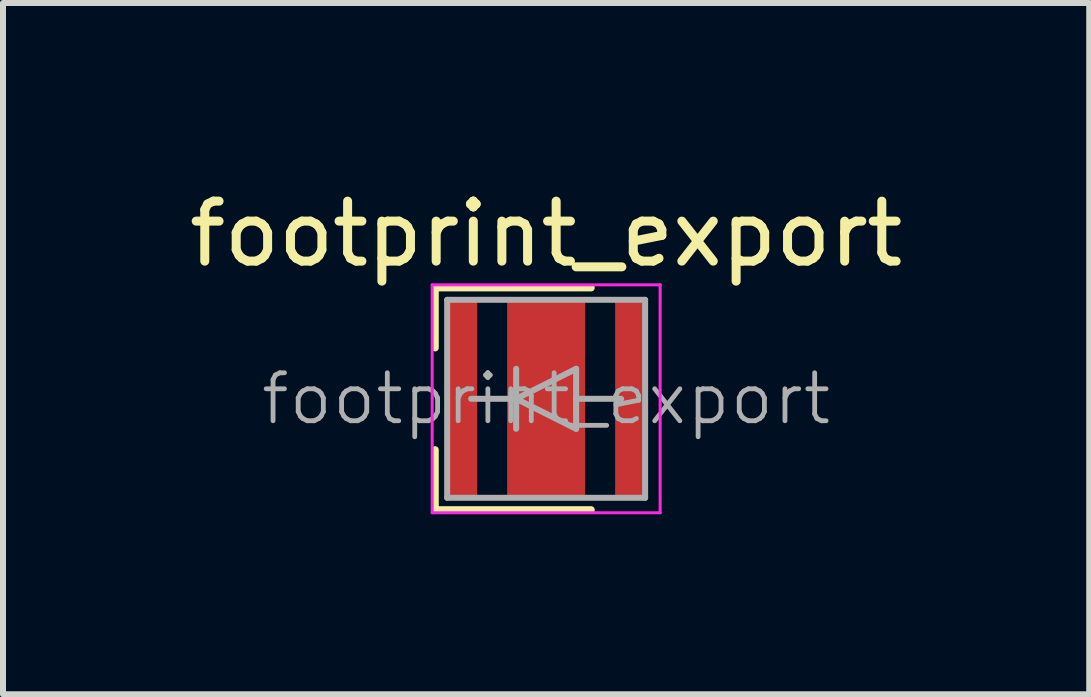
<source format=kicad_pcb>
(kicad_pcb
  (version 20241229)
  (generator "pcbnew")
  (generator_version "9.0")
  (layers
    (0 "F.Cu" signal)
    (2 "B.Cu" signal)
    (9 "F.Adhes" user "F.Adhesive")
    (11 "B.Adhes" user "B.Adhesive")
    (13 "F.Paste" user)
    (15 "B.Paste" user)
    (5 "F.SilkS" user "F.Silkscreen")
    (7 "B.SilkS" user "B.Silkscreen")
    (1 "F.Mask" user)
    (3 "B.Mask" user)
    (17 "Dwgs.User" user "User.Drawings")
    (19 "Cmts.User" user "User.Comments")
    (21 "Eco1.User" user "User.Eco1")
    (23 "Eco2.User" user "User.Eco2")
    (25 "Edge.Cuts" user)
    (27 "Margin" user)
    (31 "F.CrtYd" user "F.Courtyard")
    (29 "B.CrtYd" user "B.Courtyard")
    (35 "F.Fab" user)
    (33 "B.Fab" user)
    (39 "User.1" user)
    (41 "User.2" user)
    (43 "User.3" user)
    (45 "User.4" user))
  (footprint "footprint_export"
    (layer "F.Cu")
    (at 6.054 3.598)
    (property "Reference" "footprint_export" (at 0 -2.75 0) (layer "F.SilkS") (effects (font (size 1 1) (thickness 0.15))))
    (attr smd)
    (fp_line (start -1.85 -1.85) (end -1.85 -0.85) (stroke (width 0.12) (type solid)) (layer "F.SilkS"))
    (fp_line (start -1.85 1.85) (end -1.85 0.85) (stroke (width 0.12) (type solid)) (layer "F.SilkS"))
    (fp_line (start 0.75 -1.85) (end -1.85 -1.85) (stroke (width 0.12) (type solid)) (layer "F.SilkS"))
    (fp_line (start 0.75 1.85) (end -1.85 1.85) (stroke (width 0.12) (type solid)) (layer "F.SilkS"))
    (fp_line (start -1.9 -1.9) (end -1.9 1.9) (stroke (width 0.05) (type solid)) (layer "F.CrtYd"))
    (fp_line (start -1.9 1.9) (end 1.9 1.9) (stroke (width 0.05) (type solid)) (layer "F.CrtYd"))
    (fp_line (start 1.9 -1.9) (end -1.9 -1.9) (stroke (width 0.05) (type solid)) (layer "F.CrtYd"))
    (fp_line (start 1.9 1.9) (end 1.9 -1.9) (stroke (width 0.05) (type solid)) (layer "F.CrtYd"))
    (fp_line (start -1.65 -1.65) (end 1.65 -1.65) (stroke (width 0.1) (type solid)) (layer "F.Fab"))
    (fp_line (start -1.65 1.65) (end -1.65 -1.65) (stroke (width 0.1) (type solid)) (layer "F.Fab"))
    (fp_line (start -1.25 0) (end -0.5 0) (stroke (width 0.1) (type solid)) (layer "F.Fab"))
    (fp_line (start -0.5 -0.5) (end -0.5 0.5) (stroke (width 0.1) (type solid)) (layer "F.Fab"))
    (fp_line (start -0.5 0) (end 0.5 -0.5) (stroke (width 0.1) (type solid)) (layer "F.Fab"))
    (fp_line (start 0.5 -0.5) (end 0.5 0.5) (stroke (width 0.1) (type solid)) (layer "F.Fab"))
    (fp_line (start 0.5 0.5) (end -0.5 0) (stroke (width 0.1) (type solid)) (layer "F.Fab"))
    (fp_line (start 1.25 0) (end 0.5 0) (stroke (width 0.1) (type solid)) (layer "F.Fab"))
    (fp_line (start 1.65 -1.65) (end 1.65 1.65) (stroke (width 0.1) (type solid)) (layer "F.Fab"))
    (fp_line (start 1.65 1.65) (end -1.65 1.65) (stroke (width 0.1) (type solid)) (layer "F.Fab"))
    (fp_text user "${REFERENCE}" (at 0 0 0) (layer "F.Fab") (effects (font (size 0.8 0.8) (thickness 0.08))))
    (pad "" smd rect (at 0 -1) (size 1.01 0.75) (layers "F.Paste"))
    (pad "" smd rect (at 0 0) (size 1.01 0.75) (layers "F.Paste"))
    (pad "" smd rect (at 0 1) (size 1.01 0.75) (layers "F.Paste"))
    (pad "1" smd rect (at -1.4 0) (size 0.5 3.3) (layers "F.Cu" "F.Mask" "F.Paste"))
    (pad "2" smd rect (at 1.4 0) (size 0.5 3.3) (layers "F.Cu" "F.Mask" "F.Paste"))
    (pad "3" smd rect (at 0 0) (size 1.3 3.3) (layers "F.Cu" "F.Mask")))
  (gr_rect
    (start -3 -3)
    (end 15.107 8.523)
    (stroke (width 0.1) (type default))
    (fill no)
    (layer "Edge.Cuts")))
</source>
